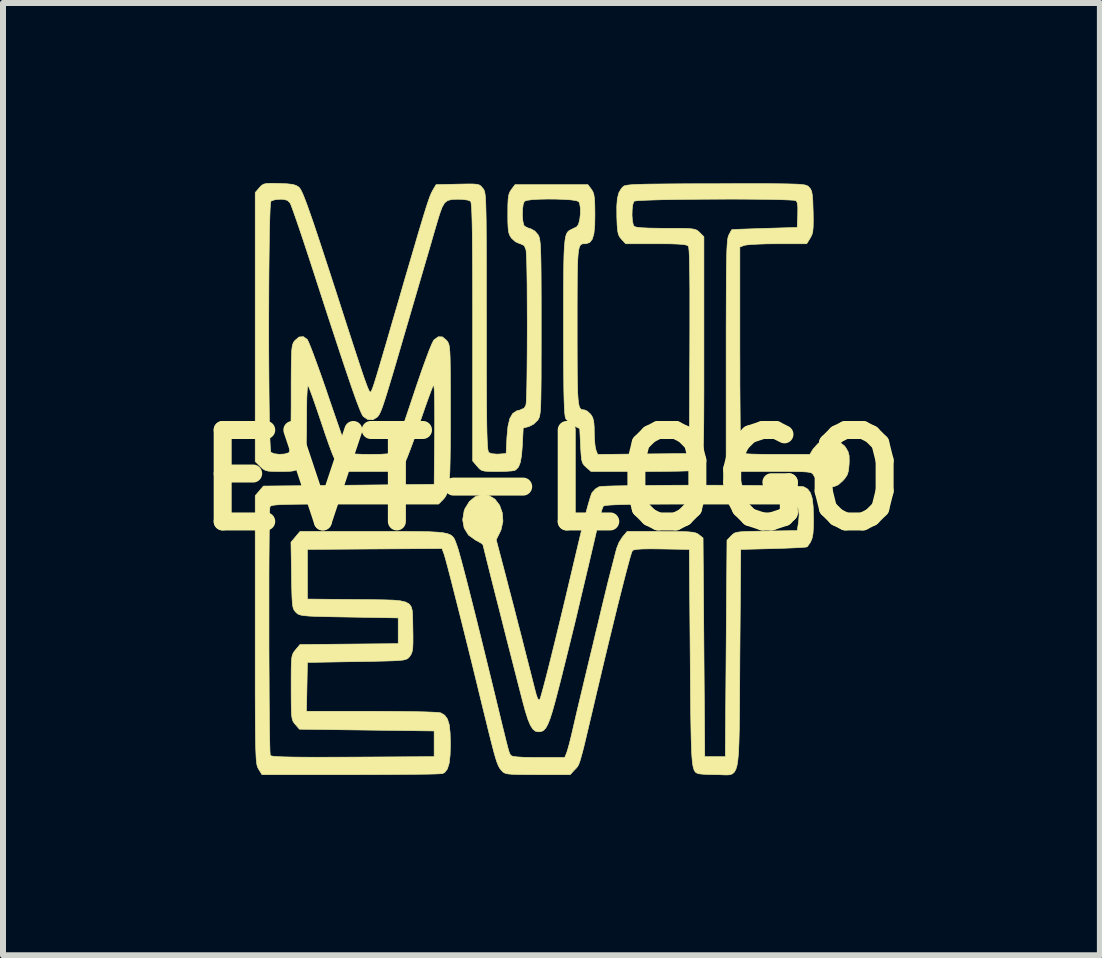
<source format=kicad_pcb>
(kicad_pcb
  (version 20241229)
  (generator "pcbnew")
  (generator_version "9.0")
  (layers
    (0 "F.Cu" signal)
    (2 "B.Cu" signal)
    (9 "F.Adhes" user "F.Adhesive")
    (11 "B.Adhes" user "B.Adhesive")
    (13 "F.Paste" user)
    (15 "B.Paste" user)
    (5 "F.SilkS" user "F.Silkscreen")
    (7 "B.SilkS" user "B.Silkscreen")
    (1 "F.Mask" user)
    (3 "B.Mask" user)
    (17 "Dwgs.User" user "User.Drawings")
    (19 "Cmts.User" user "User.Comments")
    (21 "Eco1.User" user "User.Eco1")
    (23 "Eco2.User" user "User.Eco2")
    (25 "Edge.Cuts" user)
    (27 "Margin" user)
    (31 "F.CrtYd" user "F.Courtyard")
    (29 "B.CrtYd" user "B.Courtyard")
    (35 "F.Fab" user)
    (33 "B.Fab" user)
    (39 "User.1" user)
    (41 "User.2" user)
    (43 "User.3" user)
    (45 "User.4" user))
  (footprint "EVT-LOGO"
    (layer "F.Cu")
    (at 6.14 4.95)
    (property "Reference" "EVT-LOGO" (at 0 0 0) (layer "F.SilkS") (effects (font (size 1.524 1.524) (thickness 0.3))))
    (attr through_hole)
    (fp_poly (pts (xy -4.556 -4.943) (xy -4.535 -4.942) (xy -4.402 -4.937) (xy -4.314 -4.927) (xy -4.256 -4.91) (xy -4.214 -4.884) (xy -4.206 -4.877) (xy -4.188 -4.855) (xy -4.167 -4.817) (xy -4.14 -4.759) (xy -4.108 -4.679) (xy -4.068 -4.573) (xy -4.02 -4.436) (xy -3.961 -4.267) (xy -3.892 -4.06) (xy -3.811 -3.814) (xy -3.716 -3.524) (xy -3.606 -3.186) (xy -3.481 -2.798) (xy -3.467 -2.754) (xy -3.37 -2.454) (xy -3.289 -2.205) (xy -3.222 -2.001) (xy -3.168 -1.837) (xy -3.125 -1.71) (xy -3.091 -1.616) (xy -3.066 -1.549) (xy -3.047 -1.505) (xy -3.033 -1.479) (xy -3.022 -1.468) (xy -3.015 -1.468) (xy -3.005 -1.478) (xy -2.992 -1.505) (xy -2.974 -1.552) (xy -2.95 -1.624) (xy -2.918 -1.727) (xy -2.877 -1.864) (xy -2.825 -2.04) (xy -2.76 -2.26) (xy -2.682 -2.529) (xy -2.654 -2.626) (xy -2.54 -3.016) (xy -2.442 -3.355) (xy -2.356 -3.647) (xy -2.283 -3.895) (xy -2.222 -4.104) (xy -2.17 -4.277) (xy -2.127 -4.419) (xy -2.092 -4.532) (xy -2.063 -4.621) (xy -2.039 -4.69) (xy -2.02 -4.742) (xy -2.003 -4.781) (xy -1.988 -4.811) (xy -1.978 -4.83) (xy -1.923 -4.923) (xy -1.564 -4.931) (xy -1.415 -4.934) (xy -1.313 -4.934) (xy -1.245 -4.929) (xy -1.203 -4.918) (xy -1.174 -4.898) (xy -1.149 -4.868) (xy -1.144 -4.863) (xy -1.133 -4.848) (xy -1.123 -4.831) (xy -1.115 -4.808) (xy -1.108 -4.774) (xy -1.102 -4.727) (xy -1.097 -4.661) (xy -1.094 -4.574) (xy -1.091 -4.461) (xy -1.088 -4.319) (xy -1.087 -4.142) (xy -1.086 -3.928) (xy -1.085 -3.673) (xy -1.085 -3.372) (xy -1.085 -3.021) (xy -1.084 -2.64) (xy -1.084 -2.231) (xy -1.084 -1.876) (xy -1.083 -1.571) (xy -1.082 -1.312) (xy -1.08 -1.095) (xy -1.078 -0.918) (xy -1.075 -0.775) (xy -1.071 -0.664) (xy -1.067 -0.581) (xy -1.062 -0.523) (xy -1.055 -0.485) (xy -1.048 -0.464) (xy -1.044 -0.458) (xy -0.991 -0.439) (xy -0.909 -0.432) (xy -0.88 -0.433) (xy -0.756 -0.442) (xy -0.742 -0.719) (xy -0.725 -0.897) (xy -0.694 -1.025) (xy -0.646 -1.109) (xy -0.578 -1.154) (xy -0.531 -1.165) (xy -0.456 -1.198) (xy -0.427 -1.245) (xy -0.421 -1.288) (xy -0.416 -1.38) (xy -0.412 -1.515) (xy -0.409 -1.685) (xy -0.407 -1.884) (xy -0.405 -2.103) (xy -0.404 -2.336) (xy -0.403 -2.575) (xy -0.404 -2.813) (xy -0.405 -3.043) (xy -0.406 -3.257) (xy -0.409 -3.449) (xy -0.412 -3.611) (xy -0.417 -3.736) (xy -0.422 -3.816) (xy -0.425 -3.838) (xy -0.453 -3.906) (xy -0.513 -3.936) (xy -0.525 -3.938) (xy -0.6 -3.971) (xy -0.666 -4.031) (xy -0.668 -4.033) (xy -0.694 -4.075) (xy -0.712 -4.125) (xy -0.722 -4.194) (xy -0.727 -4.295) (xy -0.728 -4.438) (xy -0.727 -4.583) (xy -0.722 -4.683) (xy -0.712 -4.752) (xy -0.694 -4.801) (xy -0.668 -4.842) (xy -0.607 -4.923) (xy 0.607 -4.923) (xy 0.665 -4.846) (xy 0.69 -4.806) (xy 0.707 -4.755) (xy 0.717 -4.683) (xy 0.722 -4.578) (xy 0.724 -4.43) (xy 0.721 -4.243) (xy 0.707 -4.106) (xy 0.68 -4.014) (xy 0.638 -3.96) (xy 0.58 -3.939) (xy 0.562 -3.938) (xy 0.531 -3.938) (xy 0.506 -3.933) (xy 0.485 -3.919) (xy 0.468 -3.891) (xy 0.455 -3.844) (xy 0.445 -3.774) (xy 0.438 -3.676) (xy 0.433 -3.546) (xy 0.43 -3.378) (xy 0.429 -3.167) (xy 0.428 -2.91) (xy 0.428 -2.601) (xy 0.428 -2.554) (xy 0.428 -2.238) (xy 0.429 -1.974) (xy 0.43 -1.757) (xy 0.433 -1.583) (xy 0.437 -1.448) (xy 0.444 -1.346) (xy 0.453 -1.272) (xy 0.464 -1.223) (xy 0.48 -1.193) (xy 0.498 -1.177) (xy 0.521 -1.171) (xy 0.546 -1.17) (xy 0.596 -1.149) (xy 0.652 -1.098) (xy 0.654 -1.095) (xy 0.686 -1.044) (xy 0.704 -0.979) (xy 0.712 -0.885) (xy 0.713 -0.797) (xy 0.717 -0.68) (xy 0.726 -0.576) (xy 0.74 -0.506) (xy 0.741 -0.501) (xy 0.77 -0.427) (xy 1.533 -0.435) (xy 2.297 -0.442) (xy 2.305 -2.152) (xy 2.306 -2.54) (xy 2.306 -2.874) (xy 2.306 -3.156) (xy 2.304 -3.388) (xy 2.301 -3.574) (xy 2.298 -3.715) (xy 2.293 -3.815) (xy 2.287 -3.876) (xy 2.28 -3.9) (xy 2.255 -3.914) (xy 2.202 -3.925) (xy 2.116 -3.932) (xy 1.988 -3.937) (xy 1.813 -3.938) (xy 1.742 -3.938) (xy 1.237 -3.938) (xy 1.168 -4.012) (xy 1.136 -4.051) (xy 1.115 -4.095) (xy 1.102 -4.158) (xy 1.094 -4.252) (xy 1.089 -4.385) (xy 1.088 -4.562) (xy 1.098 -4.693) (xy 1.123 -4.789) (xy 1.165 -4.859) (xy 1.196 -4.892) (xy 1.212 -4.902) (xy 1.241 -4.91) (xy 1.287 -4.917) (xy 1.354 -4.923) (xy 1.447 -4.927) (xy 1.571 -4.931) (xy 1.73 -4.933) (xy 1.928 -4.935) (xy 2.171 -4.937) (xy 2.462 -4.938) (xy 2.739 -4.938) (xy 3.069 -4.939) (xy 3.346 -4.939) (xy 3.577 -4.939) (xy 3.764 -4.938) (xy 3.913 -4.936) (xy 4.029 -4.933) (xy 4.116 -4.93) (xy 4.179 -4.924) (xy 4.223 -4.918) (xy 4.252 -4.909) (xy 4.272 -4.899) (xy 4.287 -4.887) (xy 4.293 -4.881) (xy 4.318 -4.85) (xy 4.336 -4.809) (xy 4.347 -4.747) (xy 4.355 -4.654) (xy 4.359 -4.517) (xy 4.361 -4.473) (xy 4.363 -4.322) (xy 4.361 -4.215) (xy 4.354 -4.141) (xy 4.34 -4.088) (xy 4.317 -4.042) (xy 4.311 -4.031) (xy 4.253 -3.938) (xy 3.769 -3.938) (xy 3.604 -3.937) (xy 3.453 -3.932) (xy 3.33 -3.926) (xy 3.244 -3.917) (xy 3.213 -3.911) (xy 3.139 -3.883) (xy 3.139 -2.201) (xy 3.14 -1.895) (xy 3.14 -1.606) (xy 3.142 -1.338) (xy 3.144 -1.097) (xy 3.146 -0.888) (xy 3.148 -0.716) (xy 3.151 -0.586) (xy 3.154 -0.503) (xy 3.157 -0.473) (xy 3.169 -0.458) (xy 3.198 -0.446) (xy 3.25 -0.438) (xy 3.333 -0.433) (xy 3.454 -0.43) (xy 3.621 -0.428) (xy 3.74 -0.428) (xy 4.306 -0.428) (xy 4.357 -0.513) (xy 4.442 -0.609) (xy 4.55 -0.663) (xy 4.669 -0.675) (xy 4.784 -0.645) (xy 4.881 -0.571) (xy 4.903 -0.542) (xy 4.942 -0.475) (xy 4.96 -0.407) (xy 4.962 -0.315) (xy 4.96 -0.264) (xy 4.95 -0.158) (xy 4.929 -0.087) (xy 4.889 -0.026) (xy 4.852 0.014) (xy 4.779 0.079) (xy 4.711 0.108) (xy 4.637 0.114) (xy 4.53 0.095) (xy 4.444 0.034) (xy 4.37 -0.077) (xy 4.369 -0.078) (xy 4.357 -0.099) (xy 4.34 -0.115) (xy 4.31 -0.127) (xy 4.261 -0.134) (xy 4.185 -0.139) (xy 4.075 -0.142) (xy 3.922 -0.143) (xy 3.72 -0.143) (xy 3.078 -0.143) (xy 2.911 -0.31) (xy 2.911 -2.154) (xy 2.911 -2.53) (xy 2.912 -2.853) (xy 2.913 -3.127) (xy 2.914 -3.357) (xy 2.916 -3.546) (xy 2.919 -3.699) (xy 2.922 -3.82) (xy 2.927 -3.912) (xy 2.932 -3.981) (xy 2.939 -4.03) (xy 2.947 -4.063) (xy 2.955 -4.083) (xy 2.986 -4.141) (xy 3.004 -4.172) (xy 3.004 -4.172) (xy 3.034 -4.175) (xy 3.111 -4.179) (xy 3.227 -4.183) (xy 3.374 -4.188) (xy 3.543 -4.193) (xy 3.553 -4.194) (xy 4.095 -4.21) (xy 4.104 -4.421) (xy 4.105 -4.547) (xy 4.095 -4.623) (xy 4.075 -4.656) (xy 4.037 -4.663) (xy 3.948 -4.668) (xy 3.818 -4.673) (xy 3.651 -4.677) (xy 3.455 -4.679) (xy 3.238 -4.681) (xy 3.005 -4.682) (xy 2.765 -4.681) (xy 2.523 -4.68) (xy 2.287 -4.678) (xy 2.064 -4.675) (xy 1.861 -4.672) (xy 1.684 -4.667) (xy 1.541 -4.662) (xy 1.438 -4.656) (xy 1.383 -4.649) (xy 1.376 -4.646) (xy 1.356 -4.597) (xy 1.345 -4.512) (xy 1.342 -4.412) (xy 1.349 -4.317) (xy 1.365 -4.248) (xy 1.376 -4.23) (xy 1.413 -4.215) (xy 1.494 -4.205) (xy 1.623 -4.199) (xy 1.804 -4.196) (xy 1.905 -4.195) (xy 2.084 -4.195) (xy 2.215 -4.194) (xy 2.307 -4.19) (xy 2.369 -4.182) (xy 2.411 -4.17) (xy 2.44 -4.153) (xy 2.467 -4.128) (xy 2.47 -4.125) (xy 2.54 -4.055) (xy 2.54 -2.196) (xy 2.54 -1.822) (xy 2.54 -1.501) (xy 2.539 -1.228) (xy 2.538 -1) (xy 2.536 -0.812) (xy 2.533 -0.659) (xy 2.53 -0.539) (xy 2.526 -0.447) (xy 2.521 -0.377) (xy 2.514 -0.327) (xy 2.507 -0.292) (xy 2.498 -0.267) (xy 2.492 -0.256) (xy 2.441 -0.194) (xy 2.385 -0.159) (xy 2.385 -0.159) (xy 2.342 -0.155) (xy 2.25 -0.152) (xy 2.116 -0.148) (xy 1.949 -0.146) (xy 1.755 -0.144) (xy 1.543 -0.143) (xy 1.493 -0.143) (xy 0.66 -0.143) (xy 0.58 -0.212) (xy 0.543 -0.247) (xy 0.519 -0.284) (xy 0.503 -0.338) (xy 0.494 -0.421) (xy 0.486 -0.545) (xy 0.485 -0.569) (xy 0.471 -0.857) (xy 0.371 -0.906) (xy 0.296 -0.958) (xy 0.241 -1.019) (xy 0.236 -1.027) (xy 0.228 -1.058) (xy 0.221 -1.117) (xy 0.215 -1.208) (xy 0.21 -1.333) (xy 0.206 -1.498) (xy 0.204 -1.705) (xy 0.202 -1.959) (xy 0.201 -2.263) (xy 0.201 -2.554) (xy 0.201 -2.892) (xy 0.201 -3.178) (xy 0.203 -3.415) (xy 0.205 -3.61) (xy 0.209 -3.765) (xy 0.215 -3.887) (xy 0.224 -3.98) (xy 0.234 -4.048) (xy 0.248 -4.096) (xy 0.265 -4.128) (xy 0.285 -4.15) (xy 0.309 -4.165) (xy 0.321 -4.171) (xy 0.392 -4.206) (xy 0.421 -4.22) (xy 0.45 -4.261) (xy 0.471 -4.34) (xy 0.482 -4.437) (xy 0.482 -4.534) (xy 0.469 -4.611) (xy 0.455 -4.64) (xy 0.413 -4.656) (xy 0.328 -4.669) (xy 0.211 -4.677) (xy 0.074 -4.682) (xy -0.069 -4.683) (xy -0.205 -4.68) (xy -0.323 -4.673) (xy -0.409 -4.661) (xy -0.451 -4.646) (xy -0.471 -4.598) (xy -0.482 -4.514) (xy -0.485 -4.416) (xy -0.478 -4.322) (xy -0.463 -4.253) (xy -0.449 -4.231) (xy -0.395 -4.203) (xy -0.342 -4.186) (xy -0.278 -4.15) (xy -0.222 -4.087) (xy -0.221 -4.085) (xy -0.21 -4.062) (xy -0.2 -4.032) (xy -0.193 -3.99) (xy -0.186 -3.931) (xy -0.182 -3.85) (xy -0.178 -3.742) (xy -0.175 -3.602) (xy -0.173 -3.426) (xy -0.172 -3.208) (xy -0.171 -2.945) (xy -0.171 -2.63) (xy -0.171 -2.54) (xy -0.171 -2.214) (xy -0.172 -1.94) (xy -0.172 -1.713) (xy -0.174 -1.529) (xy -0.176 -1.382) (xy -0.179 -1.268) (xy -0.183 -1.182) (xy -0.189 -1.119) (xy -0.196 -1.074) (xy -0.205 -1.042) (xy -0.216 -1.019) (xy -0.228 -0.999) (xy -0.23 -0.997) (xy -0.297 -0.932) (xy -0.378 -0.891) (xy -0.38 -0.891) (xy -0.471 -0.867) (xy -0.485 -0.583) (xy -0.498 -0.415) (xy -0.519 -0.295) (xy -0.55 -0.216) (xy -0.594 -0.171) (xy -0.615 -0.16) (xy -0.663 -0.152) (xy -0.753 -0.146) (xy -0.866 -0.143) (xy -0.913 -0.143) (xy -1.034 -0.144) (xy -1.113 -0.149) (xy -1.164 -0.162) (xy -1.201 -0.188) (xy -1.238 -0.23) (xy -1.239 -0.231) (xy -1.313 -0.318) (xy -1.313 -2.465) (xy -1.313 -2.891) (xy -1.314 -3.262) (xy -1.315 -3.582) (xy -1.317 -3.854) (xy -1.319 -4.08) (xy -1.322 -4.264) (xy -1.326 -4.408) (xy -1.33 -4.515) (xy -1.336 -4.589) (xy -1.342 -4.632) (xy -1.347 -4.646) (xy -1.393 -4.665) (xy -1.478 -4.677) (xy -1.557 -4.68) (xy -1.656 -4.677) (xy -1.728 -4.659) (xy -1.78 -4.62) (xy -1.822 -4.548) (xy -1.863 -4.436) (xy -1.893 -4.338) (xy -1.929 -4.216) (xy -1.969 -4.08) (xy -2.014 -3.923) (xy -2.067 -3.742) (xy -2.129 -3.531) (xy -2.201 -3.285) (xy -2.285 -2.998) (xy -2.382 -2.666) (xy -2.469 -2.369) (xy -2.555 -2.074) (xy -2.627 -1.829) (xy -2.687 -1.629) (xy -2.736 -1.468) (xy -2.775 -1.343) (xy -2.807 -1.247) (xy -2.832 -1.177) (xy -2.854 -1.126) (xy -2.872 -1.091) (xy -2.89 -1.065) (xy -2.902 -1.05) (xy -2.976 -1.005) (xy -3.061 -1.009) (xy -3.136 -1.059) (xy -3.153 -1.085) (xy -3.178 -1.137) (xy -3.21 -1.216) (xy -3.251 -1.324) (xy -3.302 -1.466) (xy -3.363 -1.643) (xy -3.436 -1.859) (xy -3.522 -2.116) (xy -3.621 -2.417) (xy -3.735 -2.764) (xy -3.864 -3.161) (xy -3.982 -3.525) (xy -4.058 -3.758) (xy -4.13 -3.976) (xy -4.196 -4.173) (xy -4.254 -4.342) (xy -4.301 -4.476) (xy -4.335 -4.569) (xy -4.354 -4.615) (xy -4.355 -4.616) (xy -4.398 -4.66) (xy -4.465 -4.678) (xy -4.518 -4.68) (xy -4.602 -4.673) (xy -4.664 -4.654) (xy -4.675 -4.646) (xy -4.682 -4.611) (xy -4.688 -4.525) (xy -4.693 -4.393) (xy -4.698 -4.22) (xy -4.702 -4.012) (xy -4.705 -3.775) (xy -4.708 -3.514) (xy -4.71 -3.235) (xy -4.711 -2.943) (xy -4.712 -2.644) (xy -4.712 -2.343) (xy -4.711 -2.046) (xy -4.709 -1.759) (xy -4.707 -1.487) (xy -4.704 -1.235) (xy -4.701 -1.009) (xy -4.696 -0.814) (xy -4.691 -0.657) (xy -4.685 -0.543) (xy -4.679 -0.477) (xy -4.675 -0.462) (xy -4.62 -0.439) (xy -4.537 -0.429) (xy -4.449 -0.434) (xy -4.383 -0.454) (xy -4.372 -0.462) (xy -4.362 -0.49) (xy -4.353 -0.553) (xy -4.347 -0.654) (xy -4.342 -0.798) (xy -4.34 -0.99) (xy -4.338 -1.232) (xy -4.338 -1.372) (xy -4.338 -1.619) (xy -4.337 -1.815) (xy -4.335 -1.967) (xy -4.332 -2.082) (xy -4.328 -2.165) (xy -4.321 -2.224) (xy -4.311 -2.265) (xy -4.299 -2.294) (xy -4.283 -2.317) (xy -4.279 -2.322) (xy -4.207 -2.384) (xy -4.135 -2.39) (xy -4.07 -2.344) (xy -4.05 -2.305) (xy -4.014 -2.218) (xy -3.965 -2.091) (xy -3.906 -1.93) (xy -3.839 -1.743) (xy -3.766 -1.535) (xy -3.719 -1.395) (xy -3.645 -1.179) (xy -3.576 -0.98) (xy -3.515 -0.804) (xy -3.463 -0.657) (xy -3.422 -0.547) (xy -3.396 -0.481) (xy -3.388 -0.464) (xy -3.352 -0.447) (xy -3.273 -0.435) (xy -3.145 -0.429) (xy -3.011 -0.428) (xy -2.842 -0.43) (xy -2.725 -0.438) (xy -2.656 -0.45) (xy -2.633 -0.464) (xy -2.617 -0.499) (xy -2.587 -0.581) (xy -2.543 -0.704) (xy -2.488 -0.862) (xy -2.425 -1.047) (xy -2.356 -1.252) (xy -2.312 -1.384) (xy -2.233 -1.619) (xy -2.16 -1.831) (xy -2.094 -2.013) (xy -2.039 -2.16) (xy -1.995 -2.266) (xy -1.966 -2.325) (xy -1.961 -2.333) (xy -1.887 -2.388) (xy -1.817 -2.386) (xy -1.747 -2.327) (xy -1.743 -2.322) (xy -1.728 -2.302) (xy -1.716 -2.278) (xy -1.706 -2.245) (xy -1.699 -2.198) (xy -1.693 -2.131) (xy -1.689 -2.038) (xy -1.687 -1.914) (xy -1.685 -1.754) (xy -1.684 -1.551) (xy -1.684 -1.3) (xy -1.684 -1.102) (xy -1.684 -0.793) (xy -1.686 -0.535) (xy -1.689 -0.324) (xy -1.693 -0.154) (xy -1.7 -0.02) (xy -1.711 0.085) (xy -1.724 0.164) (xy -1.741 0.224) (xy -1.763 0.27) (xy -1.79 0.307) (xy -1.813 0.332) (xy -1.881 0.4) (xy -3.278 0.4) (xy -3.599 0.4) (xy -3.867 0.4) (xy -4.088 0.401) (xy -4.265 0.403) (xy -4.404 0.406) (xy -4.51 0.409) (xy -4.586 0.414) (xy -4.638 0.42) (xy -4.669 0.428) (xy -4.686 0.437) (xy -4.692 0.445) (xy -4.695 0.482) (xy -4.698 0.571) (xy -4.701 0.705) (xy -4.703 0.879) (xy -4.705 1.088) (xy -4.707 1.325) (xy -4.708 1.586) (xy -4.708 1.865) (xy -4.708 2.156) (xy -4.708 2.454) (xy -4.708 2.753) (xy -4.707 3.047) (xy -4.705 3.332) (xy -4.704 3.601) (xy -4.702 3.849) (xy -4.7 4.07) (xy -4.697 4.259) (xy -4.694 4.411) (xy -4.691 4.519) (xy -4.687 4.578) (xy -4.685 4.588) (xy -4.668 4.597) (xy -4.627 4.604) (xy -4.557 4.609) (xy -4.454 4.613) (xy -4.314 4.616) (xy -4.134 4.618) (xy -3.908 4.619) (xy -3.634 4.618) (xy -3.309 4.617) (xy -1.955 4.609) (xy -1.955 4.181) (xy -4.2 4.152) (xy -4.269 4.072) (xy -4.293 4.043) (xy -4.311 4.011) (xy -4.323 3.97) (xy -4.331 3.91) (xy -4.335 3.822) (xy -4.337 3.698) (xy -4.338 3.529) (xy -4.338 3.454) (xy -4.338 3.266) (xy -4.337 3.127) (xy -4.333 3.027) (xy -4.327 2.957) (xy -4.316 2.91) (xy -4.3 2.875) (xy -4.278 2.845) (xy -4.264 2.828) (xy -4.191 2.741) (xy -2.554 2.726) (xy -2.554 2.297) (xy -3.374 2.283) (xy -3.612 2.279) (xy -3.799 2.275) (xy -3.943 2.271) (xy -4.049 2.266) (xy -4.125 2.259) (xy -4.177 2.25) (xy -4.212 2.239) (xy -4.236 2.225) (xy -4.256 2.206) (xy -4.259 2.204) (xy -4.281 2.179) (xy -4.298 2.15) (xy -4.31 2.108) (xy -4.318 2.046) (xy -4.324 1.954) (xy -4.328 1.825) (xy -4.332 1.649) (xy -4.332 1.587) (xy -4.341 1.036) (xy -4.266 0.946) (xy -4.19 0.856) (xy -2.972 0.856) (xy -2.665 0.856) (xy -2.41 0.856) (xy -2.202 0.858) (xy -2.035 0.861) (xy -1.905 0.868) (xy -1.806 0.878) (xy -1.733 0.893) (xy -1.682 0.914) (xy -1.646 0.941) (xy -1.621 0.975) (xy -1.602 1.018) (xy -1.583 1.07) (xy -1.575 1.092) (xy -1.551 1.165) (xy -1.516 1.291) (xy -1.468 1.469) (xy -1.409 1.695) (xy -1.34 1.968) (xy -1.26 2.285) (xy -1.171 2.645) (xy -1.073 3.045) (xy -0.966 3.482) (xy -0.928 3.639) (xy -0.868 3.887) (xy -0.82 4.086) (xy -0.782 4.24) (xy -0.753 4.357) (xy -0.731 4.442) (xy -0.715 4.501) (xy -0.703 4.539) (xy -0.693 4.562) (xy -0.685 4.577) (xy -0.677 4.588) (xy -0.646 4.603) (xy -0.576 4.613) (xy -0.463 4.62) (xy -0.3 4.623) (xy -0.214 4.623) (xy 0.221 4.623) (xy 0.253 4.545) (xy 0.272 4.485) (xy 0.3 4.385) (xy 0.331 4.259) (xy 0.356 4.152) (xy 0.384 4.03) (xy 0.422 3.865) (xy 0.468 3.672) (xy 0.518 3.463) (xy 0.568 3.253) (xy 0.585 3.182) (xy 0.636 2.969) (xy 0.689 2.75) (xy 0.739 2.539) (xy 0.785 2.35) (xy 0.821 2.197) (xy 0.829 2.162) (xy 0.943 1.693) (xy 1.069 1.203) (xy 1.087 1.136) (xy 1.125 1.04) (xy 1.183 0.949) (xy 1.188 0.943) (xy 1.261 0.856) (xy 1.826 0.856) (xy 2.021 0.857) (xy 2.168 0.858) (xy 2.274 0.862) (xy 2.348 0.869) (xy 2.398 0.879) (xy 2.433 0.893) (xy 2.458 0.911) (xy 2.526 0.965) (xy 2.54 2.787) (xy 2.554 4.609) (xy 2.897 4.609) (xy 2.911 2.806) (xy 2.925 1.003) (xy 2.994 0.93) (xy 3.02 0.905) (xy 3.047 0.885) (xy 3.085 0.872) (xy 3.142 0.863) (xy 3.227 0.857) (xy 3.349 0.854) (xy 3.517 0.851) (xy 3.579 0.85) (xy 4.095 0.842) (xy 4.118 0.697) (xy 4.127 0.578) (xy 4.114 0.484) (xy 4.112 0.476) (xy 4.083 0.4) (xy 2.487 0.4) (xy 2.128 0.4) (xy 1.823 0.401) (xy 1.567 0.402) (xy 1.357 0.404) (xy 1.19 0.408) (xy 1.062 0.412) (xy 0.969 0.417) (xy 0.907 0.423) (xy 0.873 0.43) (xy 0.864 0.435) (xy 0.846 0.477) (xy 0.821 0.561) (xy 0.791 0.673) (xy 0.772 0.756) (xy 0.742 0.887) (xy 0.703 1.055) (xy 0.659 1.242) (xy 0.615 1.431) (xy 0.595 1.513) (xy 0.554 1.687) (xy 0.513 1.859) (xy 0.477 2.013) (xy 0.448 2.135) (xy 0.437 2.183) (xy 0.418 2.262) (xy 0.388 2.388) (xy 0.348 2.551) (xy 0.301 2.742) (xy 0.249 2.952) (xy 0.194 3.172) (xy 0.182 3.223) (xy 0.116 3.482) (xy 0.061 3.692) (xy 0.015 3.856) (xy -0.025 3.981) (xy -0.061 4.071) (xy -0.095 4.132) (xy -0.129 4.17) (xy -0.166 4.189) (xy -0.207 4.195) (xy -0.215 4.195) (xy -0.265 4.186) (xy -0.309 4.152) (xy -0.35 4.089) (xy -0.392 3.989) (xy -0.437 3.847) (xy -0.489 3.654) (xy -0.491 3.646) (xy -0.552 3.408) (xy -0.617 3.154) (xy -0.684 2.892) (xy -0.752 2.627) (xy -0.818 2.365) (xy -0.882 2.112) (xy -0.943 1.874) (xy -0.998 1.656) (xy -1.046 1.464) (xy -1.086 1.304) (xy -1.116 1.183) (xy -1.135 1.105) (xy -1.142 1.077) (xy -1.165 1.056) (xy -1.224 1.022) (xy -1.267 1) (xy -1.383 0.916) (xy -1.455 0.8) (xy -1.48 0.663) (xy -1.456 0.515) (xy -1.442 0.477) (xy -1.368 0.357) (xy -1.269 0.276) (xy -1.155 0.242) (xy -1.048 0.255) (xy -0.942 0.318) (xy -0.864 0.42) (xy -0.819 0.548) (xy -0.809 0.688) (xy -0.84 0.828) (xy -0.857 0.866) (xy -0.921 0.995) (xy -0.761 1.603) (xy -0.702 1.832) (xy -0.633 2.094) (xy -0.563 2.368) (xy -0.495 2.63) (xy -0.442 2.84) (xy -0.394 3.028) (xy -0.349 3.203) (xy -0.31 3.357) (xy -0.279 3.479) (xy -0.258 3.559) (xy -0.253 3.578) (xy -0.229 3.644) (xy -0.205 3.667) (xy -0.199 3.663) (xy -0.184 3.628) (xy -0.158 3.538) (xy -0.12 3.397) (xy -0.07 3.206) (xy -0.01 2.967) (xy 0.06 2.683) (xy 0.14 2.354) (xy 0.229 1.984) (xy 0.326 1.574) (xy 0.432 1.125) (xy 0.471 0.96) (xy 0.518 0.767) (xy 0.563 0.589) (xy 0.604 0.435) (xy 0.639 0.314) (xy 0.665 0.234) (xy 0.677 0.208) (xy 0.735 0.146) (xy 0.792 0.112) (xy 0.834 0.106) (xy 0.928 0.101) (xy 1.066 0.097) (xy 1.242 0.094) (xy 1.451 0.091) (xy 1.685 0.089) (xy 1.938 0.087) (xy 2.204 0.086) (xy 2.477 0.086) (xy 2.751 0.086) (xy 3.019 0.087) (xy 3.274 0.089) (xy 3.512 0.091) (xy 3.724 0.094) (xy 3.906 0.098) (xy 4.051 0.102) (xy 4.152 0.107) (xy 4.203 0.112) (xy 4.206 0.113) (xy 4.27 0.15) (xy 4.315 0.212) (xy 4.345 0.305) (xy 4.361 0.438) (xy 4.366 0.619) (xy 4.367 0.634) (xy 4.365 0.787) (xy 4.358 0.895) (xy 4.342 0.974) (xy 4.315 1.037) (xy 4.273 1.097) (xy 4.26 1.113) (xy 4.229 1.118) (xy 4.15 1.124) (xy 4.032 1.13) (xy 3.883 1.136) (xy 3.714 1.141) (xy 3.701 1.142) (xy 3.154 1.156) (xy 3.139 2.972) (xy 3.137 3.353) (xy 3.135 3.681) (xy 3.133 3.96) (xy 3.129 4.194) (xy 3.124 4.386) (xy 3.117 4.542) (xy 3.106 4.663) (xy 3.092 4.756) (xy 3.072 4.822) (xy 3.046 4.868) (xy 3.014 4.896) (xy 2.975 4.91) (xy 2.928 4.914) (xy 2.872 4.913) (xy 2.806 4.91) (xy 2.752 4.909) (xy 2.63 4.907) (xy 2.527 4.902) (xy 2.458 4.895) (xy 2.442 4.891) (xy 2.419 4.881) (xy 2.399 4.867) (xy 2.383 4.845) (xy 2.369 4.811) (xy 2.357 4.76) (xy 2.347 4.689) (xy 2.339 4.593) (xy 2.333 4.468) (xy 2.328 4.31) (xy 2.324 4.115) (xy 2.32 3.879) (xy 2.317 3.598) (xy 2.314 3.267) (xy 2.312 2.954) (xy 2.297 1.156) (xy 1.838 1.148) (xy 1.652 1.146) (xy 1.516 1.148) (xy 1.425 1.154) (xy 1.371 1.164) (xy 1.349 1.177) (xy 1.333 1.215) (xy 1.306 1.306) (xy 1.268 1.445) (xy 1.22 1.628) (xy 1.163 1.852) (xy 1.097 2.113) (xy 1.025 2.408) (xy 0.946 2.732) (xy 0.862 3.082) (xy 0.774 3.455) (xy 0.757 3.525) (xy 0.689 3.815) (xy 0.632 4.056) (xy 0.586 4.251) (xy 0.549 4.406) (xy 0.519 4.526) (xy 0.494 4.616) (xy 0.475 4.682) (xy 0.458 4.729) (xy 0.443 4.761) (xy 0.427 4.784) (xy 0.411 4.803) (xy 0.391 4.823) (xy 0.384 4.83) (xy 0.312 4.909) (xy -0.228 4.909) (xy -0.417 4.908) (xy -0.557 4.907) (xy -0.657 4.903) (xy -0.725 4.897) (xy -0.77 4.887) (xy -0.799 4.872) (xy -0.822 4.851) (xy -0.824 4.849) (xy -0.847 4.823) (xy -0.868 4.794) (xy -0.887 4.756) (xy -0.908 4.704) (xy -0.932 4.631) (xy -0.96 4.532) (xy -0.994 4.401) (xy -1.037 4.232) (xy -1.089 4.02) (xy -1.153 3.759) (xy -1.158 3.739) (xy -1.246 3.377) (xy -1.331 3.029) (xy -1.413 2.699) (xy -1.49 2.39) (xy -1.561 2.108) (xy -1.625 1.856) (xy -1.68 1.64) (xy -1.726 1.463) (xy -1.762 1.33) (xy -1.786 1.246) (xy -1.795 1.22) (xy -1.825 1.141) (xy -2.946 1.148) (xy -4.067 1.156) (xy -4.067 1.983) (xy -3.251 1.991) (xy -2.996 1.993) (xy -2.792 1.996) (xy -2.633 2.001) (xy -2.514 2.013) (xy -2.43 2.033) (xy -2.373 2.064) (xy -2.339 2.108) (xy -2.321 2.168) (xy -2.314 2.247) (xy -2.312 2.347) (xy -2.311 2.412) (xy -2.308 2.584) (xy -2.308 2.708) (xy -2.312 2.796) (xy -2.321 2.856) (xy -2.336 2.898) (xy -2.358 2.933) (xy -2.366 2.944) (xy -2.383 2.963) (xy -2.403 2.978) (xy -2.431 2.99) (xy -2.476 3) (xy -2.543 3.006) (xy -2.64 3.012) (xy -2.771 3.016) (xy -2.945 3.02) (xy -3.167 3.024) (xy -3.244 3.025) (xy -4.067 3.039) (xy -4.075 3.446) (xy -4.083 3.853) (xy -2.999 3.853) (xy -2.738 3.854) (xy -2.499 3.856) (xy -2.288 3.859) (xy -2.111 3.863) (xy -1.974 3.868) (xy -1.882 3.874) (xy -1.844 3.88) (xy -1.78 3.918) (xy -1.734 3.981) (xy -1.704 4.076) (xy -1.689 4.211) (xy -1.684 4.395) (xy -1.689 4.583) (xy -1.705 4.72) (xy -1.735 4.815) (xy -1.779 4.872) (xy -1.814 4.891) (xy -1.85 4.894) (xy -1.939 4.898) (xy -2.073 4.901) (xy -2.248 4.903) (xy -2.458 4.905) (xy -2.697 4.907) (xy -2.96 4.908) (xy -3.242 4.909) (xy -3.342 4.909) (xy -4.824 4.909) (xy -4.881 4.816) (xy -4.891 4.798) (xy -4.9 4.776) (xy -4.908 4.748) (xy -4.914 4.708) (xy -4.92 4.655) (xy -4.924 4.582) (xy -4.928 4.487) (xy -4.931 4.366) (xy -4.933 4.214) (xy -4.935 4.028) (xy -4.936 3.805) (xy -4.937 3.539) (xy -4.937 3.228) (xy -4.937 2.866) (xy -4.937 2.492) (xy -4.937 0.26) (xy -4.868 0.18) (xy -4.8 0.1) (xy -3.377 0.086) (xy -1.955 0.071) (xy -1.947 -0.77) (xy -1.946 -1.009) (xy -1.947 -1.213) (xy -1.949 -1.376) (xy -1.953 -1.495) (xy -1.959 -1.565) (xy -1.966 -1.583) (xy -1.982 -1.549) (xy -2.013 -1.469) (xy -2.057 -1.35) (xy -2.11 -1.201) (xy -2.169 -1.03) (xy -2.208 -0.916) (xy -2.282 -0.701) (xy -2.35 -0.517) (xy -2.407 -0.37) (xy -2.453 -0.267) (xy -2.485 -0.212) (xy -2.487 -0.21) (xy -2.513 -0.185) (xy -2.542 -0.167) (xy -2.584 -0.155) (xy -2.649 -0.148) (xy -2.745 -0.144) (xy -2.883 -0.143) (xy -3.004 -0.143) (xy -3.458 -0.143) (xy -3.536 -0.221) (xy -3.569 -0.264) (xy -3.606 -0.333) (xy -3.65 -0.434) (xy -3.703 -0.574) (xy -3.768 -0.759) (xy -3.82 -0.914) (xy -3.88 -1.092) (xy -3.936 -1.255) (xy -3.984 -1.392) (xy -4.022 -1.495) (xy -4.047 -1.557) (xy -4.053 -1.57) (xy -4.063 -1.559) (xy -4.071 -1.492) (xy -4.077 -1.369) (xy -4.08 -1.189) (xy -4.081 -1.022) (xy -4.082 -0.802) (xy -4.086 -0.63) (xy -4.093 -0.5) (xy -4.106 -0.402) (xy -4.125 -0.329) (xy -4.151 -0.272) (xy -4.186 -0.224) (xy -4.202 -0.207) (xy -4.237 -0.176) (xy -4.281 -0.157) (xy -4.346 -0.147) (xy -4.447 -0.143) (xy -4.516 -0.143) (xy -4.639 -0.144) (xy -4.72 -0.149) (xy -4.773 -0.164) (xy -4.815 -0.19) (xy -4.854 -0.226) (xy -4.937 -0.31) (xy -4.937 -4.791) (xy -4.869 -4.87) (xy -4.835 -4.907) (xy -4.8 -4.93) (xy -4.751 -4.942) (xy -4.674 -4.945) (xy -4.556 -4.943)) (stroke (width 0.01) (type solid)) (fill yes) (layer "F.SilkS")))
  (gr_rect
    (start -3 -3)
    (end 15.279 12.869)
    (stroke (width 0.1) (type default))
    (fill no)
    (layer "Edge.Cuts")))
</source>
